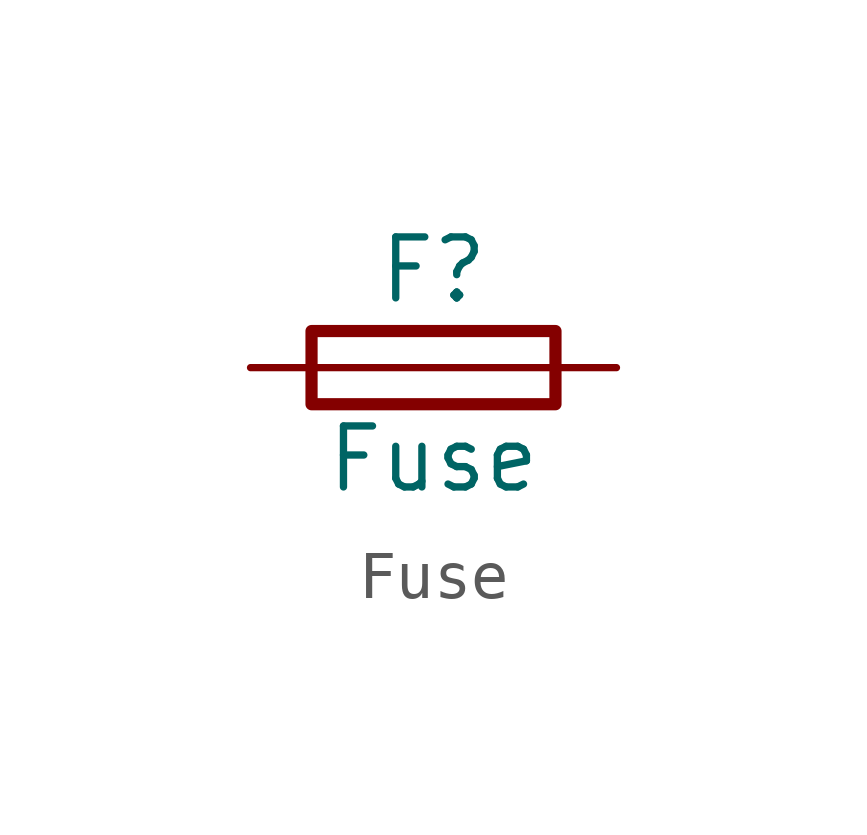
<source format=kicad_sym>
(kicad_symbol_lib
  (version 20241209)
  (generator "kicad_symbol_editor")
  (generator_version "9.0")
  (symbol "Fuse"
    (pin_numbers
      (hide yes))
    (pin_names
      (offset 0))
    (property "Reference" "F"
      (at 3.81 2.032 0)
      (effects (font (size 1.27 1.27))))
    (property "Value" "Fuse"
      (at 3.81 -1.905 0)
      (effects (font (size 1.27 1.27))))
    (symbol "Fuse_0_1"
      (polyline (pts (xy 1.27 0) (xy 6.35 0)) (stroke (width 0) (type default)) (fill (type none)))
      (rectangle (start 6.35 -0.762) (end 1.27 0.762) (stroke (width 0.254) (type default)) (fill (type none))))
    (symbol "Fuse_1_1"
      (pin passive line (at 0 0 0) (length 1.27) (name "~" (effects (font (size 1.27 1.27)))) (number "1" (effects (font (size 1.27 1.27)))))
      (pin passive line (at 7.62 0 180) (length 1.27) (name "~" (effects (font (size 1.27 1.27)))) (number "2" (effects (font (size 1.27 1.27))))))))
</source>
